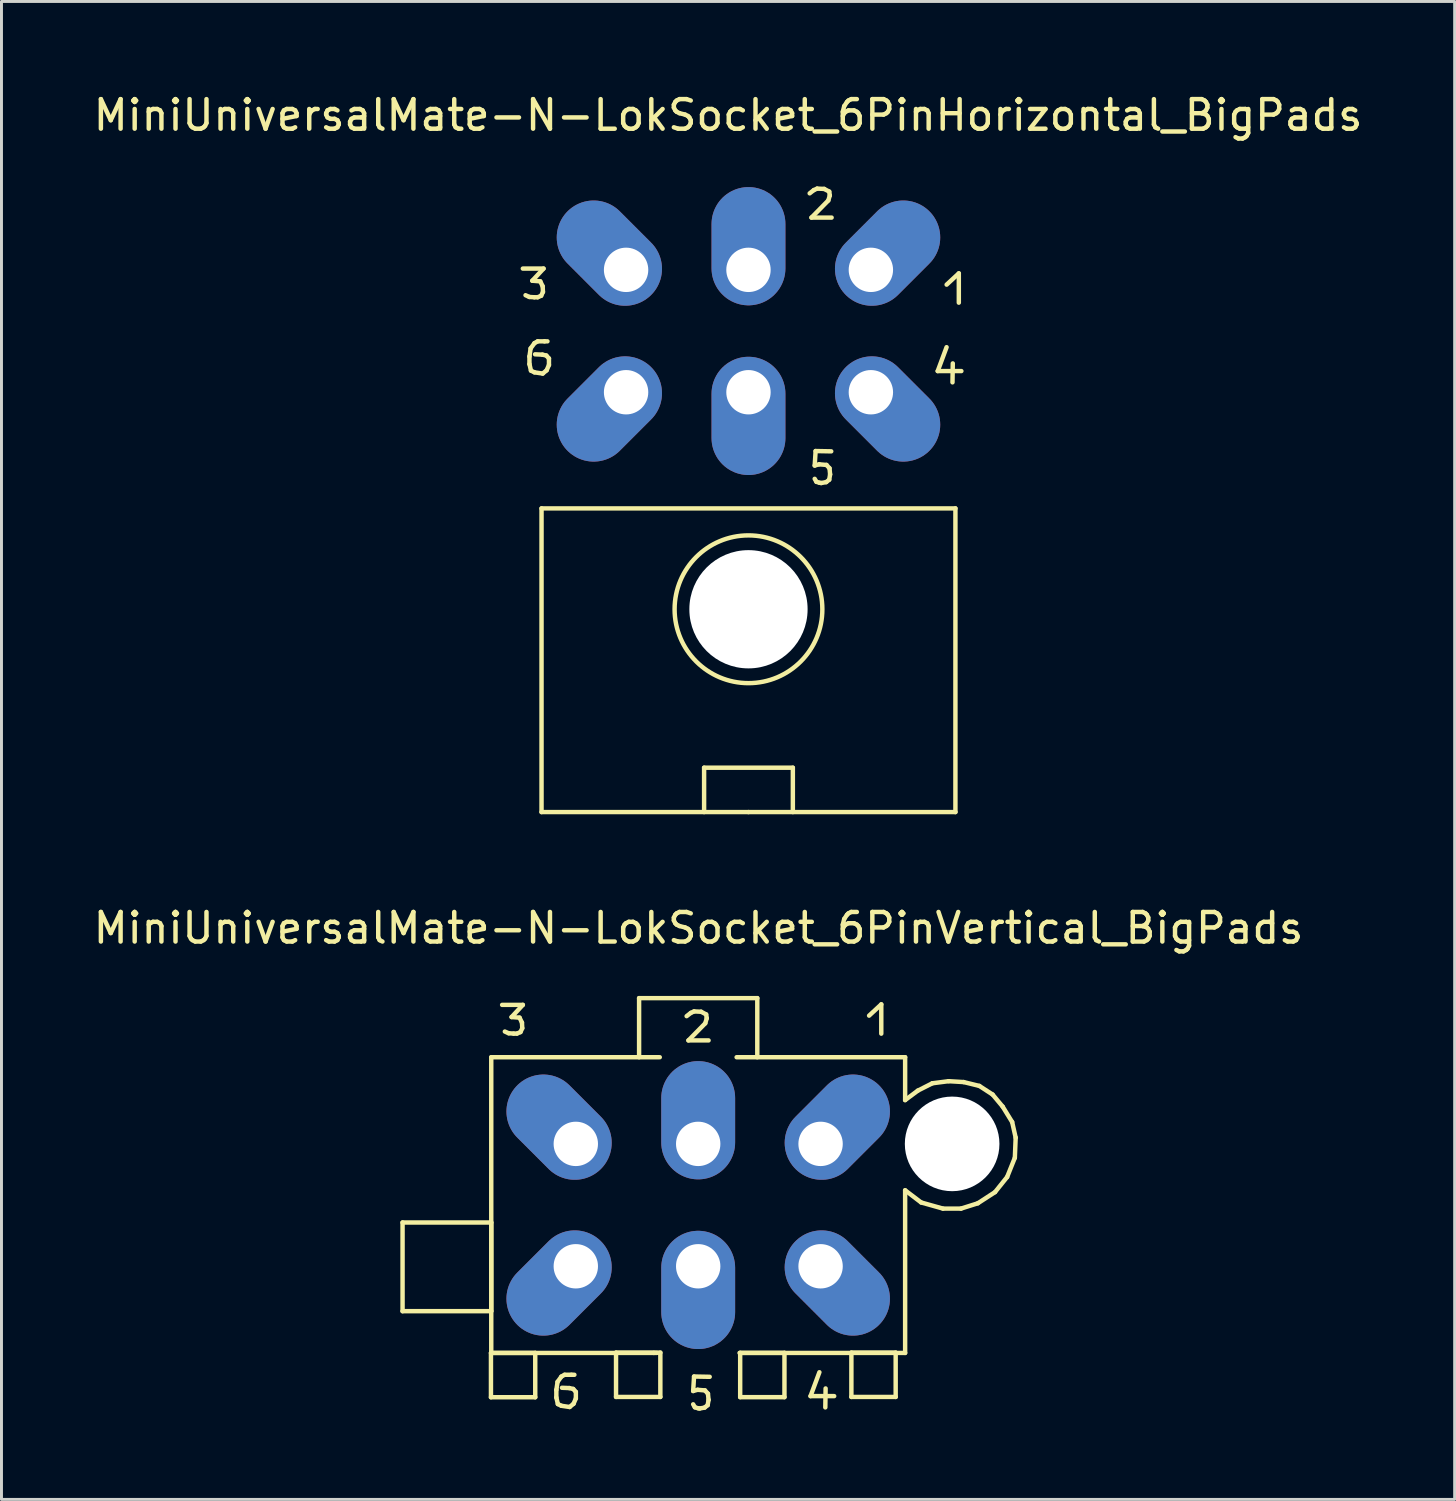
<source format=kicad_pcb>
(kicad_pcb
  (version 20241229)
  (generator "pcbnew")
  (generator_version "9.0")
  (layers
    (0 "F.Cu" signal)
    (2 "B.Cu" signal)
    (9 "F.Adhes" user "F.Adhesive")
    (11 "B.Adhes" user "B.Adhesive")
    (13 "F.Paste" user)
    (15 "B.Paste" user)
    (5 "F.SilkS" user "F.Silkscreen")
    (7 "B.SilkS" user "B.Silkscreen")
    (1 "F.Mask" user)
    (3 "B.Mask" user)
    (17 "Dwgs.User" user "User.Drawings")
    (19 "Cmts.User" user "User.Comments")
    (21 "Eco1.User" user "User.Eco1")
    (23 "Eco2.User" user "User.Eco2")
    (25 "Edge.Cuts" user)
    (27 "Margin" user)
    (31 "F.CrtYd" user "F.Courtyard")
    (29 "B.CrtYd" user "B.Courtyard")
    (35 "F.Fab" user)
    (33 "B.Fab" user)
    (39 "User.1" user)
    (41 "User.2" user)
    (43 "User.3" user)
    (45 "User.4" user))
  (footprint "MiniUniversalMate-N-LokSocket_6PinHorizontal_BigPads"
    (layer "F.Cu")
    (at 22.268 8.148)
    (property "Reference" "MiniUniversalMate-N-LokSocket_6PinHorizontal_BigPads" (at -0.691 -7.3 0) (layer "F.SilkS") (effects (font (size 1 1) (thickness 0.15))))
    (attr through_hole)
    (fp_line (start -7.633 -2.113) (end -6.932 -2.113) (stroke (width 0.15) (type solid)) (layer "F.SilkS"))
    (fp_line (start -7.412 -1.153) (end -7.541 -1.212) (stroke (width 0.15) (type solid)) (layer "F.SilkS"))
    (fp_line (start -7.409 0.859) (end -7.409 1.118) (stroke (width 0.15) (type solid)) (layer "F.SilkS"))
    (fp_line (start -7.409 1.118) (end -7.358 1.339) (stroke (width 0.15) (type solid)) (layer "F.SilkS"))
    (fp_line (start -7.369 0.587) (end -7.409 0.859) (stroke (width 0.15) (type solid)) (layer "F.SilkS"))
    (fp_line (start -7.358 1.339) (end -7.239 1.397) (stroke (width 0.15) (type solid)) (layer "F.SilkS"))
    (fp_line (start -7.313 -1.702) (end -7.043 -1.681) (stroke (width 0.15) (type solid)) (layer "F.SilkS"))
    (fp_line (start -7.242 -1.143) (end -7.412 -1.153) (stroke (width 0.15) (type solid)) (layer "F.SilkS"))
    (fp_line (start -7.239 0.409) (end -7.369 0.587) (stroke (width 0.15) (type solid)) (layer "F.SilkS"))
    (fp_line (start -7.239 1.397) (end -6.96 1.438) (stroke (width 0.15) (type solid)) (layer "F.SilkS"))
    (fp_line (start -7.132 -1.143) (end -7.242 -1.143) (stroke (width 0.15) (type solid)) (layer "F.SilkS"))
    (fp_line (start -7.13 0.348) (end -7.239 0.409) (stroke (width 0.15) (type solid)) (layer "F.SilkS"))
    (fp_line (start -7.043 -1.681) (end -6.962 -1.514) (stroke (width 0.15) (type solid)) (layer "F.SilkS"))
    (fp_line (start -7.013 -1.194) (end -7.132 -1.143) (stroke (width 0.15) (type solid)) (layer "F.SilkS"))
    (fp_line (start -7 5.999) (end 7 5.999) (stroke (width 0.15) (type solid)) (layer "F.SilkS"))
    (fp_line (start -7 16.271) (end -7 5.999) (stroke (width 0.15) (type solid)) (layer "F.SilkS"))
    (fp_line (start -6.97 0.798) (end -7.219 0.787) (stroke (width 0.15) (type solid)) (layer "F.SilkS"))
    (fp_line (start -6.962 -1.514) (end -6.952 -1.323) (stroke (width 0.15) (type solid)) (layer "F.SilkS"))
    (fp_line (start -6.96 1.438) (end -6.828 1.328) (stroke (width 0.15) (type solid)) (layer "F.SilkS"))
    (fp_line (start -6.952 -1.323) (end -7.013 -1.194) (stroke (width 0.15) (type solid)) (layer "F.SilkS"))
    (fp_line (start -6.932 -2.113) (end -7.313 -1.702) (stroke (width 0.15) (type solid)) (layer "F.SilkS"))
    (fp_line (start -6.899 0.348) (end -7.13 0.348) (stroke (width 0.15) (type solid)) (layer "F.SilkS"))
    (fp_line (start -6.838 0.828) (end -6.97 0.798) (stroke (width 0.15) (type solid)) (layer "F.SilkS"))
    (fp_line (start -6.828 1.328) (end -6.749 1.148) (stroke (width 0.15) (type solid)) (layer "F.SilkS"))
    (fp_line (start -6.8 0.348) (end -6.899 0.348) (stroke (width 0.15) (type solid)) (layer "F.SilkS"))
    (fp_line (start -6.749 0.927) (end -6.838 0.828) (stroke (width 0.15) (type solid)) (layer "F.SilkS"))
    (fp_line (start -6.749 1.148) (end -6.749 0.927) (stroke (width 0.15) (type solid)) (layer "F.SilkS"))
    (fp_line (start -1.501 14.77) (end -1.501 16.271) (stroke (width 0.15) (type solid)) (layer "F.SilkS"))
    (fp_line (start 0 16.271) (end -7 16.271) (stroke (width 0.15) (type solid)) (layer "F.SilkS"))
    (fp_line (start 0 16.271) (end 7 16.271) (stroke (width 0.15) (type solid)) (layer "F.SilkS"))
    (fp_line (start 1.501 14.77) (end -1.501 14.77) (stroke (width 0.15) (type solid)) (layer "F.SilkS"))
    (fp_line (start 1.501 16.271) (end 1.501 14.77) (stroke (width 0.15) (type solid)) (layer "F.SilkS"))
    (fp_line (start 2.07 -4.658) (end 2.21 -4.768) (stroke (width 0.15) (type solid)) (layer "F.SilkS"))
    (fp_line (start 2.131 -3.838) (end 2.812 -3.838) (stroke (width 0.15) (type solid)) (layer "F.SilkS"))
    (fp_line (start 2.21 -4.768) (end 2.322 -4.818) (stroke (width 0.15) (type solid)) (layer "F.SilkS"))
    (fp_line (start 2.24 4.549) (end 2.39 4.508) (stroke (width 0.15) (type solid)) (layer "F.SilkS"))
    (fp_line (start 2.271 4.059) (end 2.24 4.549) (stroke (width 0.15) (type solid)) (layer "F.SilkS"))
    (fp_line (start 2.299 5.1) (end 2.24 4.999) (stroke (width 0.15) (type solid)) (layer "F.SilkS"))
    (fp_line (start 2.322 -4.818) (end 2.56 -4.808) (stroke (width 0.15) (type solid)) (layer "F.SilkS"))
    (fp_line (start 2.39 4.508) (end 2.639 4.529) (stroke (width 0.15) (type solid)) (layer "F.SilkS"))
    (fp_line (start 2.4 5.131) (end 2.299 5.1) (stroke (width 0.15) (type solid)) (layer "F.SilkS"))
    (fp_line (start 2.459 5.141) (end 2.4 5.131) (stroke (width 0.15) (type solid)) (layer "F.SilkS"))
    (fp_line (start 2.56 -4.808) (end 2.731 -4.717) (stroke (width 0.15) (type solid)) (layer "F.SilkS"))
    (fp_line (start 2.629 5.11) (end 2.459 5.141) (stroke (width 0.15) (type solid)) (layer "F.SilkS"))
    (fp_line (start 2.639 4.529) (end 2.741 4.641) (stroke (width 0.15) (type solid)) (layer "F.SilkS"))
    (fp_line (start 2.7 -4.417) (end 2.131 -3.838) (stroke (width 0.15) (type solid)) (layer "F.SilkS"))
    (fp_line (start 2.731 -4.717) (end 2.751 -4.587) (stroke (width 0.15) (type solid)) (layer "F.SilkS"))
    (fp_line (start 2.731 5.029) (end 2.629 5.11) (stroke (width 0.15) (type solid)) (layer "F.SilkS"))
    (fp_line (start 2.741 4.641) (end 2.761 4.849) (stroke (width 0.15) (type solid)) (layer "F.SilkS"))
    (fp_line (start 2.751 -4.587) (end 2.7 -4.417) (stroke (width 0.15) (type solid)) (layer "F.SilkS"))
    (fp_line (start 2.761 4.849) (end 2.731 5.029) (stroke (width 0.15) (type solid)) (layer "F.SilkS"))
    (fp_line (start 2.799 4.069) (end 2.271 4.059) (stroke (width 0.15) (type solid)) (layer "F.SilkS"))
    (fp_line (start 6.401 1.354) (end 7.201 1.354) (stroke (width 0.15) (type solid)) (layer "F.SilkS"))
    (fp_line (start 6.701 0.546) (end 6.401 1.354) (stroke (width 0.15) (type solid)) (layer "F.SilkS"))
    (fp_line (start 6.703 -1.57) (end 7.115 -1.951) (stroke (width 0.15) (type solid)) (layer "F.SilkS"))
    (fp_line (start 6.901 1.735) (end 6.911 1.095) (stroke (width 0.15) (type solid)) (layer "F.SilkS"))
    (fp_line (start 7 5.999) (end 7 16.271) (stroke (width 0.15) (type solid)) (layer "F.SilkS"))
    (fp_line (start 7.115 -1.951) (end 7.115 -0.96) (stroke (width 0.15) (type solid)) (layer "F.SilkS"))
    (fp_circle (center 0 9.411) (end 2.499 9.411) (stroke (width 0.15) (type solid)) (fill no) (layer "F.SilkS"))
    (pad "" np_thru_hole circle (at 0 9.411) (size 4 4) (drill 4) (layers "*.Cu" "*.Mask"))
    (pad "1" thru_hole oval (at 4.14 -2.07 45) (size 4 2.499) (drill 1.501 (offset 0.8 0)) (layers "*.Cu" "*.Mask"))
    (pad "2" thru_hole oval (at 0 -2.07 90) (size 4 2.499) (drill 1.501 (offset 0.8 0)) (layers "*.Cu" "*.Mask"))
    (pad "3" thru_hole oval (at -4.14 -2.07 315) (size 4 2.499) (drill 1.501 (offset -0.8 0)) (layers "*.Cu" "*.Mask"))
    (pad "4" thru_hole oval (at 4.14 2.07 315) (size 4 2.499) (drill 1.501 (offset 0.8 0)) (layers "*.Cu" "*.Mask"))
    (pad "5" thru_hole oval (at 0 2.07 90) (size 4 2.499) (drill 1.501 (offset -0.8 0)) (layers "*.Cu" "*.Mask"))
    (pad "6" thru_hole oval (at -4.14 2.07 45) (size 4 2.499) (drill 1.501 (offset -0.8 0)) (layers "*.Cu" "*.Mask")))
  (footprint "MiniUniversalMate-N-LokSocket_6PinVertical_BigPads"
    (layer "F.Cu")
    (at 20.567 37.713)
    (property "Reference" "MiniUniversalMate-N-LokSocket_6PinVertical_BigPads" (at 0.01 -9.37 0) (layer "F.SilkS") (effects (font (size 1 1) (thickness 0.15))))
    (attr through_hole)
    (fp_line (start -10 0.589) (end -7 0.589) (stroke (width 0.15) (type solid)) (layer "F.SilkS"))
    (fp_line (start -10 3.589) (end -10 0.589) (stroke (width 0.15) (type solid)) (layer "F.SilkS"))
    (fp_line (start -7.01 5.001) (end -5.512 5.001) (stroke (width 0.15) (type solid)) (layer "F.SilkS"))
    (fp_line (start -7.01 6.5) (end -7.01 5.001) (stroke (width 0.15) (type solid)) (layer "F.SilkS"))
    (fp_line (start -7 0.589) (end -7 3.589) (stroke (width 0.15) (type solid)) (layer "F.SilkS"))
    (fp_line (start -7 3.589) (end -10 3.589) (stroke (width 0.15) (type solid)) (layer "F.SilkS"))
    (fp_line (start -7 5.001) (end -7 -5.001) (stroke (width 0.15) (type solid)) (layer "F.SilkS"))
    (fp_line (start -7 5.001) (end -1.501 5.001) (stroke (width 0.15) (type solid)) (layer "F.SilkS"))
    (fp_line (start -6.632 -6.772) (end -5.931 -6.772) (stroke (width 0.15) (type solid)) (layer "F.SilkS"))
    (fp_line (start -6.411 -5.812) (end -6.54 -5.87) (stroke (width 0.15) (type solid)) (layer "F.SilkS"))
    (fp_line (start -6.312 -6.36) (end -6.043 -6.34) (stroke (width 0.15) (type solid)) (layer "F.SilkS"))
    (fp_line (start -6.241 -5.801) (end -6.411 -5.812) (stroke (width 0.15) (type solid)) (layer "F.SilkS"))
    (fp_line (start -6.132 -5.801) (end -6.241 -5.801) (stroke (width 0.15) (type solid)) (layer "F.SilkS"))
    (fp_line (start -6.043 -6.34) (end -5.961 -6.172) (stroke (width 0.15) (type solid)) (layer "F.SilkS"))
    (fp_line (start -6.012 -5.852) (end -6.132 -5.801) (stroke (width 0.15) (type solid)) (layer "F.SilkS"))
    (fp_line (start -5.961 -6.172) (end -5.951 -5.982) (stroke (width 0.15) (type solid)) (layer "F.SilkS"))
    (fp_line (start -5.951 -5.982) (end -6.012 -5.852) (stroke (width 0.15) (type solid)) (layer "F.SilkS"))
    (fp_line (start -5.931 -6.772) (end -6.312 -6.36) (stroke (width 0.15) (type solid)) (layer "F.SilkS"))
    (fp_line (start -5.512 5.001) (end -5.512 6.5) (stroke (width 0.15) (type solid)) (layer "F.SilkS"))
    (fp_line (start -5.512 6.5) (end -7.01 6.5) (stroke (width 0.15) (type solid)) (layer "F.SilkS"))
    (fp_line (start -4.798 6.251) (end -4.798 6.51) (stroke (width 0.15) (type solid)) (layer "F.SilkS"))
    (fp_line (start -4.798 6.51) (end -4.747 6.731) (stroke (width 0.15) (type solid)) (layer "F.SilkS"))
    (fp_line (start -4.757 5.979) (end -4.798 6.251) (stroke (width 0.15) (type solid)) (layer "F.SilkS"))
    (fp_line (start -4.747 6.731) (end -4.628 6.789) (stroke (width 0.15) (type solid)) (layer "F.SilkS"))
    (fp_line (start -4.628 5.801) (end -4.757 5.979) (stroke (width 0.15) (type solid)) (layer "F.SilkS"))
    (fp_line (start -4.628 6.789) (end -4.348 6.83) (stroke (width 0.15) (type solid)) (layer "F.SilkS"))
    (fp_line (start -4.519 5.74) (end -4.628 5.801) (stroke (width 0.15) (type solid)) (layer "F.SilkS"))
    (fp_line (start -4.359 6.19) (end -4.608 6.18) (stroke (width 0.15) (type solid)) (layer "F.SilkS"))
    (fp_line (start -4.348 6.83) (end -4.216 6.721) (stroke (width 0.15) (type solid)) (layer "F.SilkS"))
    (fp_line (start -4.288 5.74) (end -4.519 5.74) (stroke (width 0.15) (type solid)) (layer "F.SilkS"))
    (fp_line (start -4.227 6.22) (end -4.359 6.19) (stroke (width 0.15) (type solid)) (layer "F.SilkS"))
    (fp_line (start -4.216 6.721) (end -4.138 6.54) (stroke (width 0.15) (type solid)) (layer "F.SilkS"))
    (fp_line (start -4.188 5.74) (end -4.288 5.74) (stroke (width 0.15) (type solid)) (layer "F.SilkS"))
    (fp_line (start -4.138 6.32) (end -4.227 6.22) (stroke (width 0.15) (type solid)) (layer "F.SilkS"))
    (fp_line (start -4.138 6.54) (end -4.138 6.32) (stroke (width 0.15) (type solid)) (layer "F.SilkS"))
    (fp_line (start -2.779 4.991) (end -1.28 4.991) (stroke (width 0.15) (type solid)) (layer "F.SilkS"))
    (fp_line (start -2.779 6.49) (end -2.779 4.991) (stroke (width 0.15) (type solid)) (layer "F.SilkS"))
    (fp_line (start -1.999 -7) (end -1.999 -5.001) (stroke (width 0.15) (type solid)) (layer "F.SilkS"))
    (fp_line (start -1.501 5.001) (end -1.4 5.001) (stroke (width 0.15) (type solid)) (layer "F.SilkS"))
    (fp_line (start -1.3 -5.001) (end -7 -5.001) (stroke (width 0.15) (type solid)) (layer "F.SilkS"))
    (fp_line (start -1.28 4.991) (end -1.28 6.49) (stroke (width 0.15) (type solid)) (layer "F.SilkS"))
    (fp_line (start -1.28 6.49) (end -2.779 6.49) (stroke (width 0.15) (type solid)) (layer "F.SilkS"))
    (fp_line (start -0.391 -6.391) (end -0.251 -6.5) (stroke (width 0.15) (type solid)) (layer "F.SilkS"))
    (fp_line (start -0.33 -5.57) (end 0.351 -5.57) (stroke (width 0.15) (type solid)) (layer "F.SilkS"))
    (fp_line (start -0.251 -6.5) (end -0.14 -6.551) (stroke (width 0.15) (type solid)) (layer "F.SilkS"))
    (fp_line (start -0.17 6.289) (end -0.02 6.248) (stroke (width 0.15) (type solid)) (layer "F.SilkS"))
    (fp_line (start -0.14 -6.551) (end 0.099 -6.54) (stroke (width 0.15) (type solid)) (layer "F.SilkS"))
    (fp_line (start -0.14 5.799) (end -0.17 6.289) (stroke (width 0.15) (type solid)) (layer "F.SilkS"))
    (fp_line (start -0.112 6.84) (end -0.17 6.739) (stroke (width 0.15) (type solid)) (layer "F.SilkS"))
    (fp_line (start -0.02 6.248) (end 0.229 6.269) (stroke (width 0.15) (type solid)) (layer "F.SilkS"))
    (fp_line (start -0.01 6.871) (end -0.112 6.84) (stroke (width 0.15) (type solid)) (layer "F.SilkS"))
    (fp_line (start 0.048 6.881) (end -0.01 6.871) (stroke (width 0.15) (type solid)) (layer "F.SilkS"))
    (fp_line (start 0.099 -6.54) (end 0.269 -6.449) (stroke (width 0.15) (type solid)) (layer "F.SilkS"))
    (fp_line (start 0.218 6.85) (end 0.048 6.881) (stroke (width 0.15) (type solid)) (layer "F.SilkS"))
    (fp_line (start 0.229 6.269) (end 0.33 6.38) (stroke (width 0.15) (type solid)) (layer "F.SilkS"))
    (fp_line (start 0.239 -6.149) (end -0.33 -5.57) (stroke (width 0.15) (type solid)) (layer "F.SilkS"))
    (fp_line (start 0.269 -6.449) (end 0.29 -6.32) (stroke (width 0.15) (type solid)) (layer "F.SilkS"))
    (fp_line (start 0.29 -6.32) (end 0.239 -6.149) (stroke (width 0.15) (type solid)) (layer "F.SilkS"))
    (fp_line (start 0.32 6.769) (end 0.218 6.85) (stroke (width 0.15) (type solid)) (layer "F.SilkS"))
    (fp_line (start 0.33 6.38) (end 0.351 6.589) (stroke (width 0.15) (type solid)) (layer "F.SilkS"))
    (fp_line (start 0.351 6.589) (end 0.32 6.769) (stroke (width 0.15) (type solid)) (layer "F.SilkS"))
    (fp_line (start 0.389 5.809) (end -0.14 5.799) (stroke (width 0.15) (type solid)) (layer "F.SilkS"))
    (fp_line (start 1.4 5.001) (end 7 5.001) (stroke (width 0.15) (type solid)) (layer "F.SilkS"))
    (fp_line (start 1.42 4.999) (end 2.918 4.999) (stroke (width 0.15) (type solid)) (layer "F.SilkS"))
    (fp_line (start 1.42 6.497) (end 1.42 4.999) (stroke (width 0.15) (type solid)) (layer "F.SilkS"))
    (fp_line (start 1.999 -7) (end -1.999 -7) (stroke (width 0.15) (type solid)) (layer "F.SilkS"))
    (fp_line (start 1.999 -5.001) (end 1.999 -7) (stroke (width 0.15) (type solid)) (layer "F.SilkS"))
    (fp_line (start 2.918 4.999) (end 2.918 6.497) (stroke (width 0.15) (type solid)) (layer "F.SilkS"))
    (fp_line (start 2.918 6.497) (end 1.42 6.497) (stroke (width 0.15) (type solid)) (layer "F.SilkS"))
    (fp_line (start 3.8 6.462) (end 4.6 6.462) (stroke (width 0.15) (type solid)) (layer "F.SilkS"))
    (fp_line (start 4.1 5.654) (end 3.8 6.462) (stroke (width 0.15) (type solid)) (layer "F.SilkS"))
    (fp_line (start 4.3 6.843) (end 4.31 6.203) (stroke (width 0.15) (type solid)) (layer "F.SilkS"))
    (fp_line (start 5.182 4.991) (end 6.68 4.991) (stroke (width 0.15) (type solid)) (layer "F.SilkS"))
    (fp_line (start 5.182 6.49) (end 5.182 4.991) (stroke (width 0.15) (type solid)) (layer "F.SilkS"))
    (fp_line (start 5.781 -6.408) (end 6.193 -6.789) (stroke (width 0.15) (type solid)) (layer "F.SilkS"))
    (fp_line (start 6.193 -6.789) (end 6.193 -5.799) (stroke (width 0.15) (type solid)) (layer "F.SilkS"))
    (fp_line (start 6.68 4.991) (end 6.68 6.49) (stroke (width 0.15) (type solid)) (layer "F.SilkS"))
    (fp_line (start 6.68 6.49) (end 5.182 6.49) (stroke (width 0.15) (type solid)) (layer "F.SilkS"))
    (fp_line (start 7 -5.001) (end 1.3 -5.001) (stroke (width 0.15) (type solid)) (layer "F.SilkS"))
    (fp_line (start 7 -5.001) (end 7 -3.551) (stroke (width 0.15) (type solid)) (layer "F.SilkS"))
    (fp_line (start 7 -0.5) (end 7.541 -0.089) (stroke (width 0.15) (type solid)) (layer "F.SilkS"))
    (fp_line (start 7 5.001) (end 7 -0.5) (stroke (width 0.15) (type solid)) (layer "F.SilkS"))
    (fp_line (start 7.429 -3.871) (end 7 -3.551) (stroke (width 0.15) (type solid)) (layer "F.SilkS"))
    (fp_line (start 7.541 -0.089) (end 8.28 0.119) (stroke (width 0.15) (type solid)) (layer "F.SilkS"))
    (fp_line (start 7.92 -4.12) (end 7.429 -3.871) (stroke (width 0.15) (type solid)) (layer "F.SilkS"))
    (fp_line (start 8.28 0.119) (end 8.89 0.119) (stroke (width 0.15) (type solid)) (layer "F.SilkS"))
    (fp_line (start 8.471 -4.191) (end 7.92 -4.12) (stroke (width 0.15) (type solid)) (layer "F.SilkS"))
    (fp_line (start 8.89 0.119) (end 9.459 -0.061) (stroke (width 0.15) (type solid)) (layer "F.SilkS"))
    (fp_line (start 8.979 -4.161) (end 8.471 -4.191) (stroke (width 0.15) (type solid)) (layer "F.SilkS"))
    (fp_line (start 9.459 -0.061) (end 10.041 -0.439) (stroke (width 0.15) (type solid)) (layer "F.SilkS"))
    (fp_line (start 9.51 -4.031) (end 8.979 -4.161) (stroke (width 0.15) (type solid)) (layer "F.SilkS"))
    (fp_line (start 9.959 -3.739) (end 9.51 -4.031) (stroke (width 0.15) (type solid)) (layer "F.SilkS"))
    (fp_line (start 10.041 -0.439) (end 10.45 -0.95) (stroke (width 0.15) (type solid)) (layer "F.SilkS"))
    (fp_line (start 10.3 -3.33) (end 9.959 -3.739) (stroke (width 0.15) (type solid)) (layer "F.SilkS"))
    (fp_line (start 10.45 -0.95) (end 10.711 -1.6) (stroke (width 0.15) (type solid)) (layer "F.SilkS"))
    (fp_line (start 10.62 -2.809) (end 10.3 -3.33) (stroke (width 0.15) (type solid)) (layer "F.SilkS"))
    (fp_line (start 10.711 -1.6) (end 10.739 -2.281) (stroke (width 0.15) (type solid)) (layer "F.SilkS"))
    (fp_line (start 10.739 -2.281) (end 10.62 -2.809) (stroke (width 0.15) (type solid)) (layer "F.SilkS"))
    (pad "" np_thru_hole circle (at 8.59 -2.07) (size 3.2 3.2) (drill 3.2) (layers "*.Cu" "*.Mask"))
    (pad "1" thru_hole oval (at 4.14 -2.07 45) (size 4 2.499) (drill 1.501 (offset 0.8 0)) (layers "*.Cu" "*.Mask"))
    (pad "2" thru_hole oval (at 0 -2.07 90) (size 4 2.499) (drill 1.501 (offset 0.8 0)) (layers "*.Cu" "*.Mask"))
    (pad "3" thru_hole oval (at -4.14 -2.07 315) (size 4 2.499) (drill 1.501 (offset -0.8 0)) (layers "*.Cu" "*.Mask"))
    (pad "4" thru_hole oval (at 4.14 2.07 315) (size 4 2.499) (drill 1.501 (offset 0.8 0)) (layers "*.Cu" "*.Mask"))
    (pad "5" thru_hole oval (at 0 2.07 90) (size 4 2.499) (drill 1.501 (offset -0.8 0)) (layers "*.Cu" "*.Mask"))
    (pad "6" thru_hole oval (at -4.14 2.07 45) (size 4 2.499) (drill 1.501 (offset -0.8 0)) (layers "*.Cu" "*.Mask")))
  (gr_rect
    (start -3 -3)
    (end 46.155 47.669)
    (stroke (width 0.1) (type default))
    (fill no)
    (layer "Edge.Cuts")))
</source>
